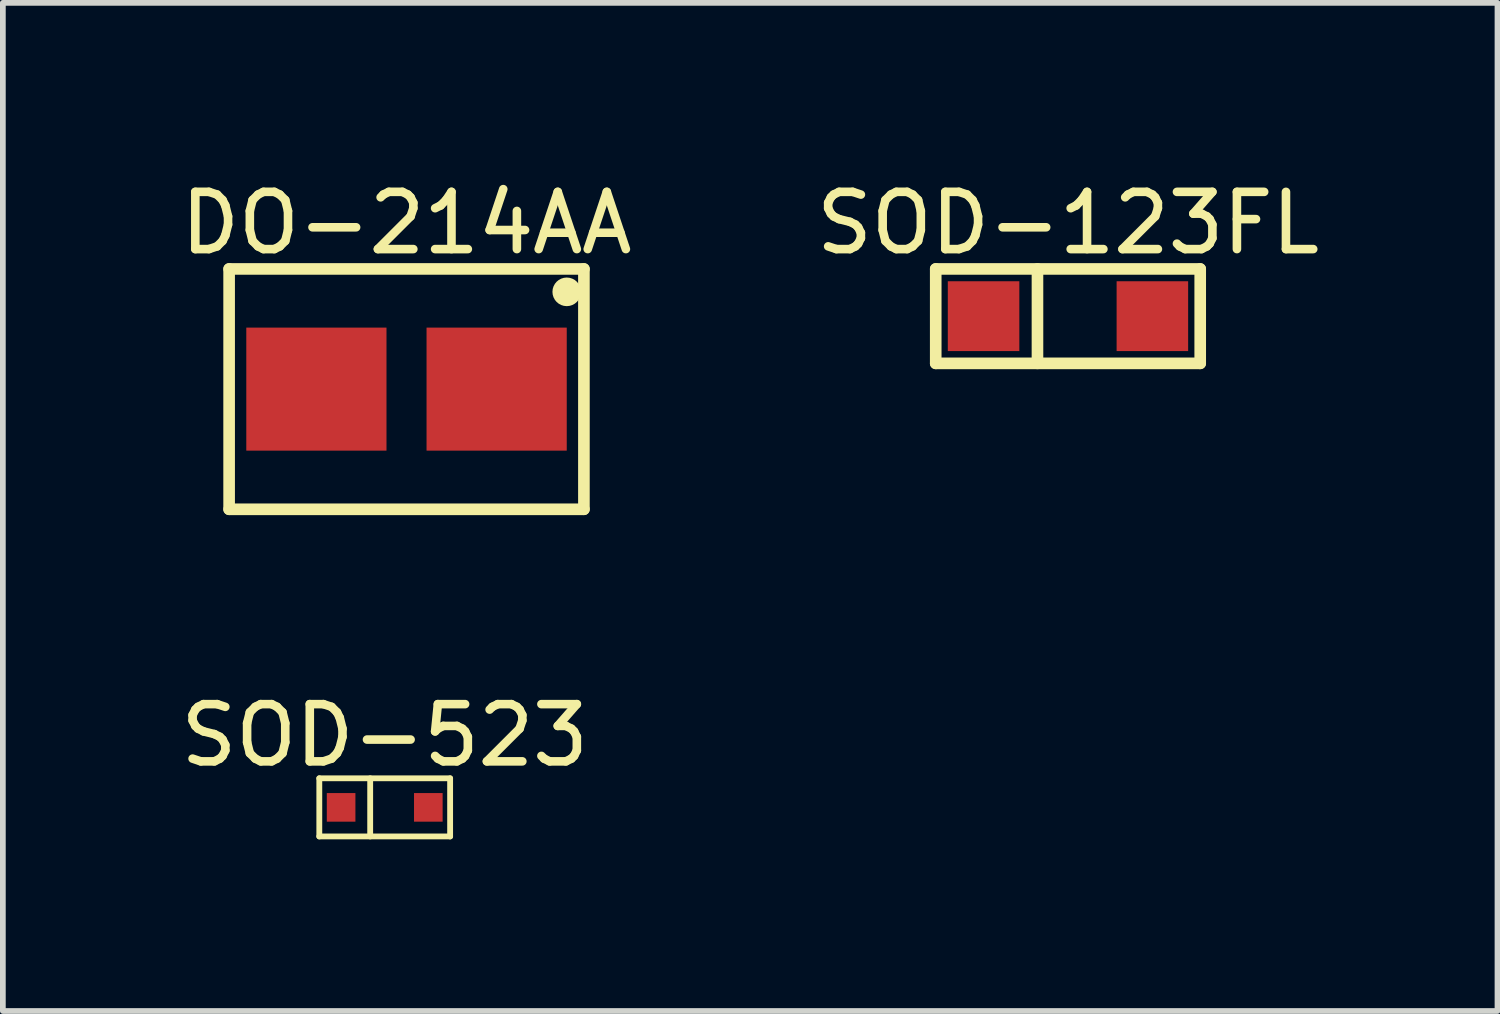
<source format=kicad_pcb>
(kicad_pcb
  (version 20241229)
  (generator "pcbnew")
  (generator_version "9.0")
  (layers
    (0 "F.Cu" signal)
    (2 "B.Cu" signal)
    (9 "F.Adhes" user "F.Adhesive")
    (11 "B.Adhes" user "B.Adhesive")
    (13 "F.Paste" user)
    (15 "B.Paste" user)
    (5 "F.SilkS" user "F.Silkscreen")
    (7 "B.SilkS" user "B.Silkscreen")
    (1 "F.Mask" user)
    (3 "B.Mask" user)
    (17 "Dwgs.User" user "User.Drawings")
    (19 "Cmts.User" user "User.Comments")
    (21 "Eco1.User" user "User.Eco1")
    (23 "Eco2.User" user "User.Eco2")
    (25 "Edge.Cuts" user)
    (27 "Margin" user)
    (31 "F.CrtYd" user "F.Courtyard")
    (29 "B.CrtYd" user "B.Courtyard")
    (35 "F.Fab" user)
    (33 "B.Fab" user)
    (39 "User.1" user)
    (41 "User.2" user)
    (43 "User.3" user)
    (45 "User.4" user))
  (footprint "SOD-523"
    (layer "F.Cu")
    (at 3.673 11.059)
    (property "Reference" "SOD-523" (at 0 -1.259 0) (layer "F.SilkS") (effects (font (size 1 1) (thickness 0.15))))
    (fp_line (start -1.143 -0.508) (end 1.143 -0.508) (stroke (width 0.102) (type solid)) (layer "F.SilkS"))
    (fp_line (start -1.143 0.508) (end -1.143 -0.508) (stroke (width 0.102) (type solid)) (layer "F.SilkS"))
    (fp_line (start -1.143 0.508) (end 1.143 0.508) (stroke (width 0.102) (type solid)) (layer "F.SilkS"))
    (fp_line (start -0.254 0.508) (end -0.254 -0.508) (stroke (width 0.102) (type solid)) (layer "F.SilkS"))
    (fp_line (start 1.143 0.508) (end 1.143 -0.508) (stroke (width 0.102) (type solid)) (layer "F.SilkS"))
    (pad "A" smd rect (at 0.762 0 180) (size 0.5 0.5) (layers "F.Cu" "F.Mask" "F.Paste"))
    (pad "K" smd rect (at -0.762 0 180) (size 0.5 0.5) (layers "F.Cu" "F.Mask" "F.Paste")))
  (footprint "DO-214AA"
    (layer "F.Cu")
    (at 4.054 3.75)
    (property "Reference" "DO-214AA" (at 0 -2.902 0) (layer "F.SilkS") (effects (font (size 1 1) (thickness 0.15))))
    (fp_line (start -3.1 -2.1) (end 3.1 -2.1) (stroke (width 0.203) (type solid)) (layer "F.SilkS"))
    (fp_line (start -3.1 2.1) (end -3.1 -2.1) (stroke (width 0.203) (type solid)) (layer "F.SilkS"))
    (fp_line (start -3.1 2.1) (end 3.1 2.1) (stroke (width 0.203) (type solid)) (layer "F.SilkS"))
    (fp_line (start 3.1 2.1) (end 3.1 -2.1) (stroke (width 0.203) (type solid)) (layer "F.SilkS"))
    (fp_circle (center 2.8 -1.7) (end 2.8 -1.825) (stroke (width 0.25) (type solid)) (fill no) (layer "F.SilkS"))
    (pad "1" smd rect (at -1.575 0 90) (size 2.15 2.45) (layers "F.Cu" "F.Mask" "F.Paste"))
    (pad "2" smd rect (at 1.575 0 90) (size 2.15 2.45) (layers "F.Cu" "F.Mask" "F.Paste")))
  (footprint "SOD-123FL"
    (layer "F.Cu")
    (at 15.613 2.475)
    (property "Reference" "SOD-123FL" (at 0 -1.627 0) (layer "F.SilkS") (effects (font (size 1 1) (thickness 0.15))))
    (fp_line (start -2.311 -0.825) (end 2.311 -0.825) (stroke (width 0.203) (type solid)) (layer "F.SilkS"))
    (fp_line (start -2.311 0.825) (end -2.311 -0.825) (stroke (width 0.203) (type solid)) (layer "F.SilkS"))
    (fp_line (start -2.311 0.825) (end 2.311 0.825) (stroke (width 0.203) (type solid)) (layer "F.SilkS"))
    (fp_line (start -0.533 0.825) (end -0.533 -0.825) (stroke (width 0.203) (type solid)) (layer "F.SilkS"))
    (fp_line (start 2.311 0.825) (end 2.311 -0.825) (stroke (width 0.203) (type solid)) (layer "F.SilkS"))
    (pad "A" smd rect (at 1.475 0 180) (size 1.25 1.22) (layers "F.Cu" "F.Mask" "F.Paste"))
    (pad "K" smd rect (at -1.475 0) (size 1.25 1.22) (layers "F.Cu" "F.Mask" "F.Paste")))
  (gr_rect
    (start -3 -3)
    (end 23.119 14.617)
    (stroke (width 0.1) (type default))
    (fill no)
    (layer "Edge.Cuts")))
</source>
